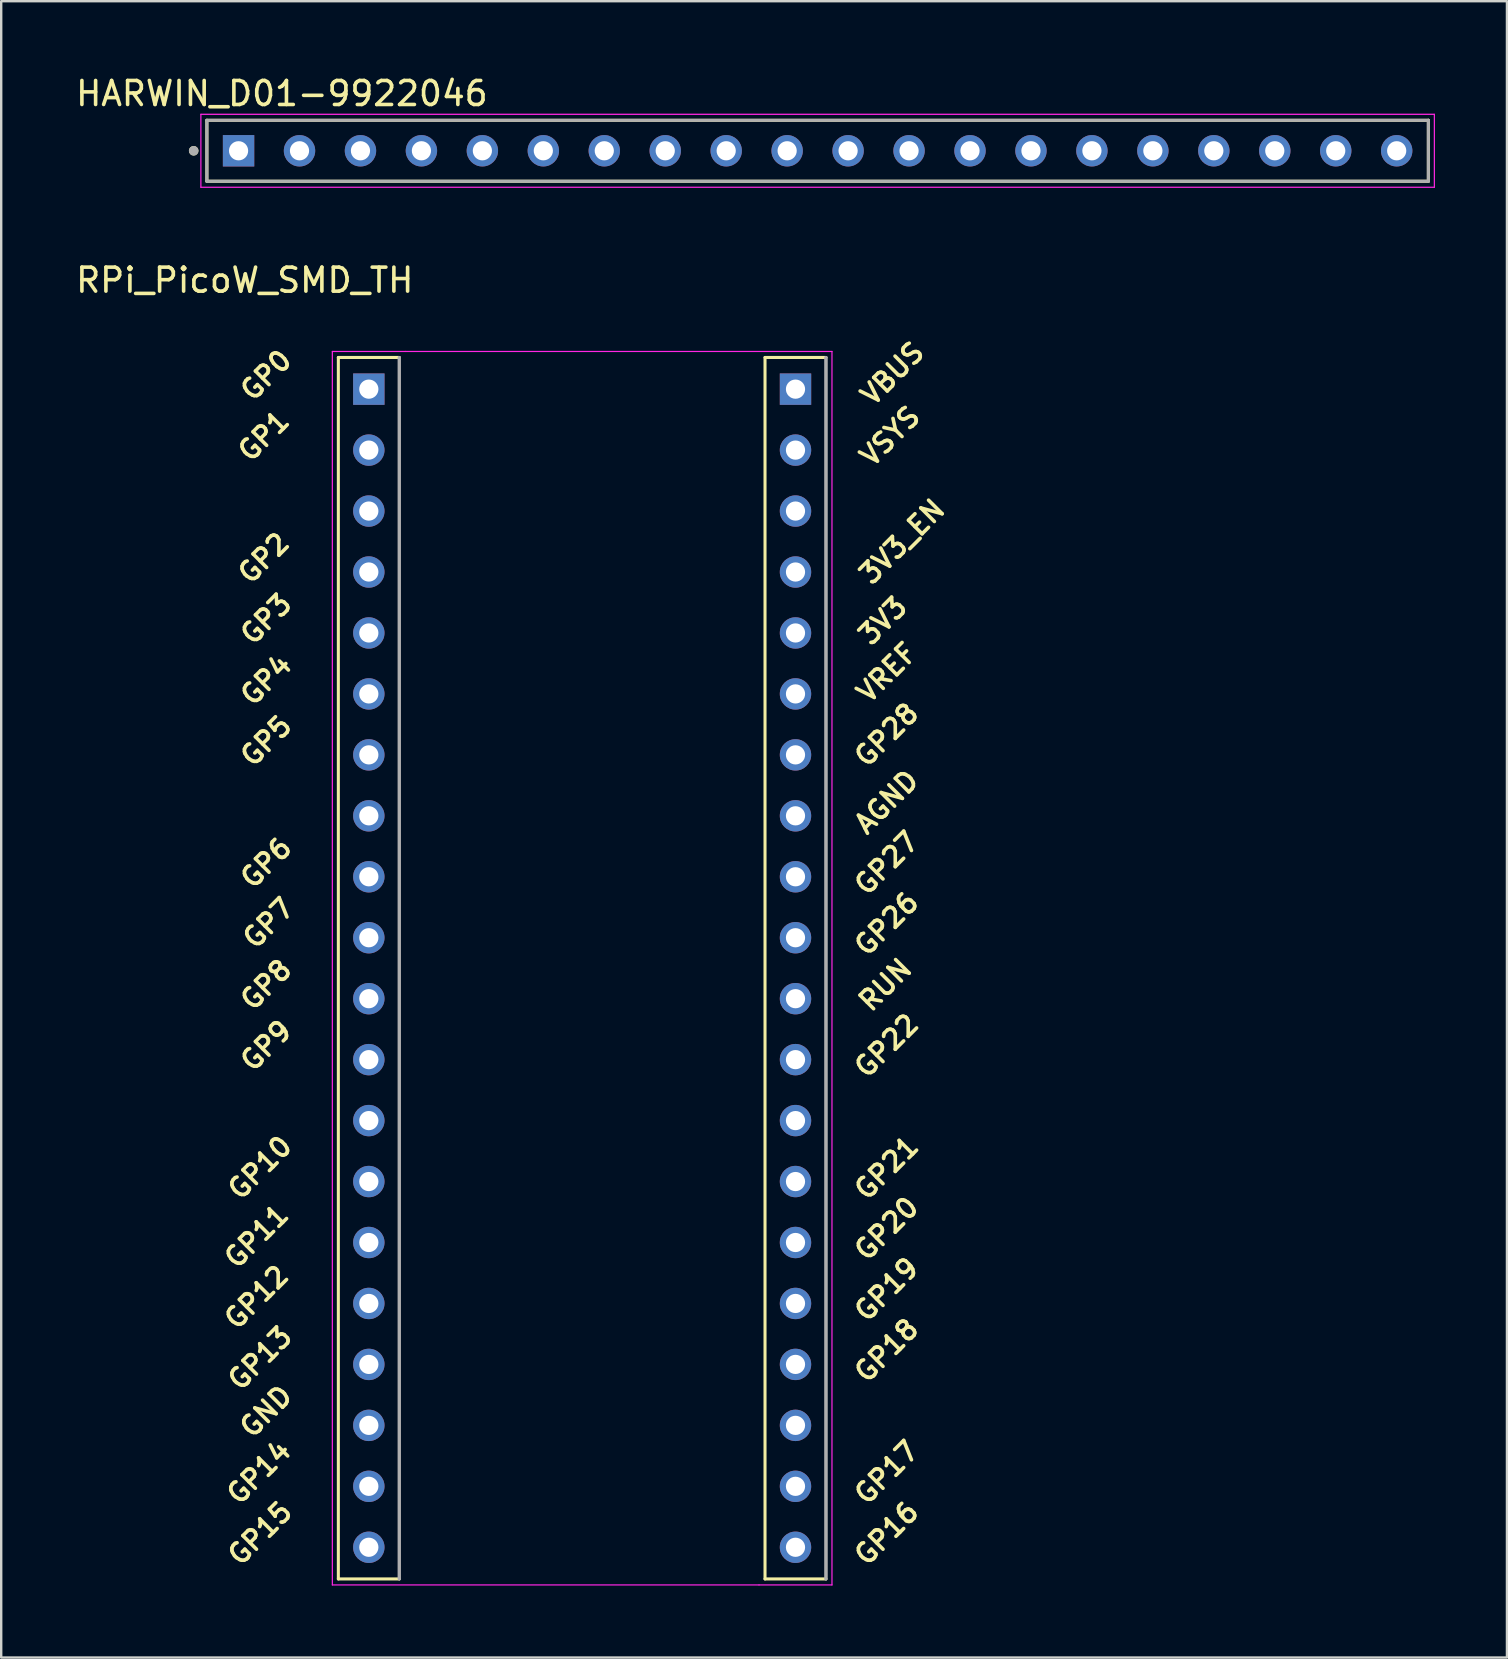
<source format=kicad_pcb>
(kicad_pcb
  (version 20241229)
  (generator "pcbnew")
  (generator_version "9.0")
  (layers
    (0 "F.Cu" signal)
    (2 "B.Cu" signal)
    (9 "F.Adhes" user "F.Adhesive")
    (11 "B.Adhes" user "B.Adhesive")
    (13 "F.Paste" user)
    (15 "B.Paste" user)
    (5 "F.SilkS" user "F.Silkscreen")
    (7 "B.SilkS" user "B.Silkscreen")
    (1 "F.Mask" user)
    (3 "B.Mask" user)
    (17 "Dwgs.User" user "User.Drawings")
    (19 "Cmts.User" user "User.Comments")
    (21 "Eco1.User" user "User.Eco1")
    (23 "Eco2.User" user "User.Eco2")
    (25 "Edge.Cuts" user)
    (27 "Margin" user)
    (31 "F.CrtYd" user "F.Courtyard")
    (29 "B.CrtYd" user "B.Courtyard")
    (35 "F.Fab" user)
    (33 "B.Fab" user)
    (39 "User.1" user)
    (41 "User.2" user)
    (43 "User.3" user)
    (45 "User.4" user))
  (footprint "RPi_PicoW_SMD_TH"
    (layer "F.Cu")
    (at 21.099 34.816)
    (property "Reference" "RPi_PicoW_SMD_TH" (at -13.95 -26.19 0) (layer "F.SilkS") (effects (font (size 1 1) (thickness 0.15))))
    (attr through_hole)
    (fp_line (start -10.05 -22.97) (end -10.05 27.93) (stroke (width 0.127) (type solid)) (layer "F.SilkS"))
    (fp_line (start -10.05 27.93) (end -7.51 27.93) (stroke (width 0.127) (type solid)) (layer "F.SilkS"))
    (fp_line (start -7.51 -22.97) (end -10.05 -22.97) (stroke (width 0.127) (type solid)) (layer "F.SilkS"))
    (fp_line (start 7.73 -22.97) (end 7.73 27.93) (stroke (width 0.127) (type solid)) (layer "F.SilkS"))
    (fp_line (start 7.73 27.93) (end 10.27 27.93) (stroke (width 0.127) (type solid)) (layer "F.SilkS"))
    (fp_line (start 10.27 -22.97) (end 7.73 -22.97) (stroke (width 0.127) (type solid)) (layer "F.SilkS"))
    (fp_line (start -10.3 -23.22) (end -10.3 28.18) (stroke (width 0.05) (type solid)) (layer "F.CrtYd"))
    (fp_line (start -10.3 28.18) (end 7.48 28.18) (stroke (width 0.05) (type solid)) (layer "F.CrtYd"))
    (fp_line (start -7.26 -23.22) (end -10.3 -23.22) (stroke (width 0.05) (type solid)) (layer "F.CrtYd"))
    (fp_line (start 7.48 28.18) (end 10.52 28.18) (stroke (width 0.05) (type solid)) (layer "F.CrtYd"))
    (fp_line (start 10.52 -23.22) (end -7.26 -23.22) (stroke (width 0.05) (type solid)) (layer "F.CrtYd"))
    (fp_line (start 10.52 28.18) (end 10.52 -23.22) (stroke (width 0.05) (type solid)) (layer "F.CrtYd"))
    (fp_line (start -7.51 27.93) (end -7.51 -22.97) (stroke (width 0.127) (type solid)) (layer "F.Fab"))
    (fp_line (start -7.51 27.93) (end -7.51 -22.97) (stroke (width 0.127) (type solid)) (layer "F.Fab"))
    (fp_line (start 10.27 27.93) (end 10.27 -22.97) (stroke (width 0.127) (type solid)) (layer "F.Fab"))
    (fp_line (start 10.27 27.93) (end 10.27 -22.97) (stroke (width 0.127) (type solid)) (layer "F.Fab"))
    (fp_text user "VSYS" (at 12.94 -19.69 45) (layer "F.SilkS") (effects (font (size 0.8 0.8) (thickness 0.15))))
    (fp_text user "GP27" (at 12.794 -1.9 45) (layer "F.SilkS") (effects (font (size 0.8 0.8) (thickness 0.15))))
    (fp_text user "GP14" (at -13.36 23.49 45) (layer "F.SilkS") (effects (font (size 0.8 0.8) (thickness 0.15))))
    (fp_text user "GP1" (at -13.16 -19.7 45) (layer "F.SilkS") (effects (font (size 0.8 0.8) (thickness 0.15))))
    (fp_text user "GP0" (at -13.06 -22.23 45) (layer "F.SilkS") (effects (font (size 0.8 0.8) (thickness 0.15))))
    (fp_text user "GND" (at -13.06 20.95 45) (layer "F.SilkS") (effects (font (size 0.8 0.8) (thickness 0.15))))
    (fp_text user "GP18" (at 12.794 18.41 45) (layer "F.SilkS") (effects (font (size 0.8 0.8) (thickness 0.15))))
    (fp_text user "GP26" (at 12.794 0.63 45) (layer "F.SilkS") (effects (font (size 0.8 0.8) (thickness 0.15))))
    (fp_text user "GP20" (at 12.794 13.33 45) (layer "F.SilkS") (effects (font (size 0.8 0.8) (thickness 0.15))))
    (fp_text user "3V3_EN" (at 13.44 -15.3 45) (layer "F.SilkS") (effects (font (size 0.8 0.8) (thickness 0.15))))
    (fp_text user "VREF" (at 12.807 -9.842 45) (layer "F.SilkS") (effects (font (size 0.8 0.8) (thickness 0.15))))
    (fp_text user "GP6" (at -13.06 -1.91 45) (layer "F.SilkS") (effects (font (size 0.8 0.8) (thickness 0.15))))
    (fp_text user "3V3" (at 12.64 -12 45) (layer "F.SilkS") (effects (font (size 0.8 0.8) (thickness 0.15))))
    (fp_text user "GP13" (at -13.314 18.733 45) (layer "F.SilkS") (effects (font (size 0.8 0.8) (thickness 0.15))))
    (fp_text user "GP19" (at 12.794 15.87 45) (layer "F.SilkS") (effects (font (size 0.8 0.8) (thickness 0.15))))
    (fp_text user "AGND" (at 12.794 -4.45 45) (layer "F.SilkS") (effects (font (size 0.8 0.8) (thickness 0.15))))
    (fp_text user "GP16" (at 12.794 26.03 45) (layer "F.SilkS") (effects (font (size 0.8 0.8) (thickness 0.15))))
    (fp_text user "GP21" (at 12.794 10.8 45) (layer "F.SilkS") (effects (font (size 0.8 0.8) (thickness 0.15))))
    (fp_text user "VBUS" (at 13.04 -22.3 45) (layer "F.SilkS") (effects (font (size 0.8 0.8) (thickness 0.15))))
    (fp_text user "GP3" (at -13.06 -12.07 45) (layer "F.SilkS") (effects (font (size 0.8 0.8) (thickness 0.15))))
    (fp_text user "GP5" (at -13.06 -6.99 45) (layer "F.SilkS") (effects (font (size 0.8 0.8) (thickness 0.15))))
    (fp_text user "GP22" (at 12.794 5.71 45) (layer "F.SilkS") (effects (font (size 0.8 0.8) (thickness 0.15))))
    (fp_text user "GP15" (at -13.314 26.03 45) (layer "F.SilkS") (effects (font (size 0.8 0.8) (thickness 0.15))))
    (fp_text user "GP8" (at -13.06 3.17 45) (layer "F.SilkS") (effects (font (size 0.8 0.8) (thickness 0.15))))
    (fp_text user "GP12" (at -13.46 16.192 45) (layer "F.SilkS") (effects (font (size 0.8 0.8) (thickness 0.15))))
    (fp_text user "GP9" (at -13.06 5.71 45) (layer "F.SilkS") (effects (font (size 0.8 0.8) (thickness 0.15))))
    (fp_text user "GP4" (at -13.06 -9.53 45) (layer "F.SilkS") (effects (font (size 0.8 0.8) (thickness 0.15))))
    (fp_text user "GP28" (at 12.794 -7.244 45) (layer "F.SilkS") (effects (font (size 0.8 0.8) (thickness 0.15))))
    (fp_text user "GP17" (at 12.794 23.49 45) (layer "F.SilkS") (effects (font (size 0.8 0.8) (thickness 0.15))))
    (fp_text user "GP10" (at -13.314 10.79 45) (layer "F.SilkS") (effects (font (size 0.8 0.8) (thickness 0.15))))
    (fp_text user "GP7" (at -12.96 0.6 45) (layer "F.SilkS") (effects (font (size 0.8 0.8) (thickness 0.15))))
    (fp_text user "GP2" (at -13.16 -14.61 45) (layer "F.SilkS") (effects (font (size 0.8 0.8) (thickness 0.15))))
    (fp_text user "RUN" (at 12.74 3.17 45) (layer "F.SilkS") (effects (font (size 0.8 0.8) (thickness 0.15))))
    (fp_text user "GP11" (at -13.46 13.652 45) (layer "F.SilkS") (effects (font (size 0.8 0.8) (thickness 0.15))))
    (pad "1" thru_hole rect (at -8.78 -21.65 90) (size 1.308 1.308) (drill 0.8) (layers "*.Cu" "*.Mask"))
    (pad "2" thru_hole circle (at -8.78 -19.11 90) (size 1.308 1.308) (drill 0.8) (layers "*.Cu" "*.Mask"))
    (pad "3" thru_hole circle (at -8.78 -16.57 90) (size 1.308 1.308) (drill 0.8) (layers "*.Cu" "*.Mask"))
    (pad "4" thru_hole circle (at -8.78 -14.03 90) (size 1.308 1.308) (drill 0.8) (layers "*.Cu" "*.Mask"))
    (pad "5" thru_hole circle (at -8.78 -11.49 90) (size 1.308 1.308) (drill 0.8) (layers "*.Cu" "*.Mask"))
    (pad "6" thru_hole circle (at -8.78 -8.95 90) (size 1.308 1.308) (drill 0.8) (layers "*.Cu" "*.Mask"))
    (pad "7" thru_hole circle (at -8.78 -6.41 90) (size 1.308 1.308) (drill 0.8) (layers "*.Cu" "*.Mask"))
    (pad "8" thru_hole circle (at -8.78 -3.87 90) (size 1.308 1.308) (drill 0.8) (layers "*.Cu" "*.Mask"))
    (pad "9" thru_hole circle (at -8.78 -1.33 90) (size 1.308 1.308) (drill 0.8) (layers "*.Cu" "*.Mask"))
    (pad "10" thru_hole circle (at -8.78 1.21 90) (size 1.308 1.308) (drill 0.8) (layers "*.Cu" "*.Mask"))
    (pad "11" thru_hole circle (at -8.78 3.75 90) (size 1.308 1.308) (drill 0.8) (layers "*.Cu" "*.Mask"))
    (pad "12" thru_hole circle (at -8.78 6.29 90) (size 1.308 1.308) (drill 0.8) (layers "*.Cu" "*.Mask"))
    (pad "13" thru_hole circle (at -8.78 8.83 90) (size 1.308 1.308) (drill 0.8) (layers "*.Cu" "*.Mask"))
    (pad "14" thru_hole circle (at -8.78 11.37 90) (size 1.308 1.308) (drill 0.8) (layers "*.Cu" "*.Mask"))
    (pad "15" thru_hole circle (at -8.78 13.91 90) (size 1.308 1.308) (drill 0.8) (layers "*.Cu" "*.Mask"))
    (pad "16" thru_hole circle (at -8.78 16.45 90) (size 1.308 1.308) (drill 0.8) (layers "*.Cu" "*.Mask"))
    (pad "17" thru_hole circle (at -8.78 18.99 90) (size 1.308 1.308) (drill 0.8) (layers "*.Cu" "*.Mask"))
    (pad "18" thru_hole circle (at -8.78 21.53 90) (size 1.308 1.308) (drill 0.8) (layers "*.Cu" "*.Mask"))
    (pad "19" thru_hole circle (at -8.78 24.07 90) (size 1.308 1.308) (drill 0.8) (layers "*.Cu" "*.Mask"))
    (pad "20" thru_hole circle (at -8.78 26.61 90) (size 1.308 1.308) (drill 0.8) (layers "*.Cu" "*.Mask"))
    (pad "21" thru_hole circle (at 9 26.61 90) (size 1.308 1.308) (drill 0.8) (layers "*.Cu" "*.Mask"))
    (pad "22" thru_hole circle (at 9 24.07 90) (size 1.308 1.308) (drill 0.8) (layers "*.Cu" "*.Mask"))
    (pad "23" thru_hole circle (at 9 21.53 90) (size 1.308 1.308) (drill 0.8) (layers "*.Cu" "*.Mask"))
    (pad "24" thru_hole circle (at 9 18.99 90) (size 1.308 1.308) (drill 0.8) (layers "*.Cu" "*.Mask"))
    (pad "25" thru_hole circle (at 9 16.45 90) (size 1.308 1.308) (drill 0.8) (layers "*.Cu" "*.Mask"))
    (pad "26" thru_hole circle (at 9 13.91 90) (size 1.308 1.308) (drill 0.8) (layers "*.Cu" "*.Mask"))
    (pad "27" thru_hole circle (at 9 11.37 90) (size 1.308 1.308) (drill 0.8) (layers "*.Cu" "*.Mask"))
    (pad "28" thru_hole circle (at 9 8.83 90) (size 1.308 1.308) (drill 0.8) (layers "*.Cu" "*.Mask"))
    (pad "29" thru_hole circle (at 9 6.29 90) (size 1.308 1.308) (drill 0.8) (layers "*.Cu" "*.Mask"))
    (pad "30" thru_hole circle (at 9 3.75 90) (size 1.308 1.308) (drill 0.8) (layers "*.Cu" "*.Mask"))
    (pad "31" thru_hole circle (at 9 1.21 90) (size 1.308 1.308) (drill 0.8) (layers "*.Cu" "*.Mask"))
    (pad "32" thru_hole circle (at 9 -1.33 90) (size 1.308 1.308) (drill 0.8) (layers "*.Cu" "*.Mask"))
    (pad "33" thru_hole circle (at 9 -3.87 90) (size 1.308 1.308) (drill 0.8) (layers "*.Cu" "*.Mask"))
    (pad "34" thru_hole circle (at 9 -6.41 90) (size 1.308 1.308) (drill 0.8) (layers "*.Cu" "*.Mask"))
    (pad "35" thru_hole circle (at 9 -8.95 90) (size 1.308 1.308) (drill 0.8) (layers "*.Cu" "*.Mask"))
    (pad "36" thru_hole circle (at 9 -11.49 90) (size 1.308 1.308) (drill 0.8) (layers "*.Cu" "*.Mask"))
    (pad "37" thru_hole circle (at 9 -14.03 90) (size 1.308 1.308) (drill 0.8) (layers "*.Cu" "*.Mask"))
    (pad "38" thru_hole circle (at 9 -16.57 90) (size 1.308 1.308) (drill 0.8) (layers "*.Cu" "*.Mask"))
    (pad "39" thru_hole circle (at 9 -19.11 90) (size 1.308 1.308) (drill 0.8) (layers "*.Cu" "*.Mask"))
    (pad "40" thru_hole rect (at 9 -21.65 90) (size 1.308 1.308) (drill 0.8) (layers "*.Cu" "*.Mask")))
  (footprint "HARWIN_D01-9922046"
    (layer "F.Cu")
    (at 31.021 3.233)
    (property "Reference" "HARWIN_D01-9922046" (at -22.325 -2.385 0) (layer "F.SilkS") (effects (font (size 1 1) (thickness 0.15))))
    (attr through_hole)
    (fp_line (start -25.45 -1.27) (end 25.45 -1.27) (stroke (width 0.127) (type solid)) (layer "F.SilkS"))
    (fp_line (start -25.45 1.27) (end -25.45 -1.27) (stroke (width 0.127) (type solid)) (layer "F.SilkS"))
    (fp_line (start 25.45 -1.27) (end 25.45 1.27) (stroke (width 0.127) (type solid)) (layer "F.SilkS"))
    (fp_line (start 25.45 1.27) (end -25.45 1.27) (stroke (width 0.127) (type solid)) (layer "F.SilkS"))
    (fp_circle (center -26 0) (end -25.9 0) (stroke (width 0.2) (type solid)) (fill no) (layer "F.SilkS"))
    (fp_line (start -25.7 -1.52) (end 25.7 -1.52) (stroke (width 0.05) (type solid)) (layer "F.CrtYd"))
    (fp_line (start -25.7 1.52) (end -25.7 -1.52) (stroke (width 0.05) (type solid)) (layer "F.CrtYd"))
    (fp_line (start 25.7 -1.52) (end 25.7 1.52) (stroke (width 0.05) (type solid)) (layer "F.CrtYd"))
    (fp_line (start 25.7 1.52) (end -25.7 1.52) (stroke (width 0.05) (type solid)) (layer "F.CrtYd"))
    (fp_line (start -25.45 -1.27) (end 25.45 -1.27) (stroke (width 0.127) (type solid)) (layer "F.Fab"))
    (fp_line (start -25.45 1.27) (end -25.45 -1.27) (stroke (width 0.127) (type solid)) (layer "F.Fab"))
    (fp_line (start 25.45 -1.27) (end 25.45 1.27) (stroke (width 0.127) (type solid)) (layer "F.Fab"))
    (fp_line (start 25.45 1.27) (end -25.45 1.27) (stroke (width 0.127) (type solid)) (layer "F.Fab"))
    (fp_circle (center -26 0) (end -25.9 0) (stroke (width 0.2) (type solid)) (fill no) (layer "F.Fab"))
    (pad "1" thru_hole rect (at -24.13 0) (size 1.308 1.308) (drill 0.8) (layers "*.Cu" "*.Mask"))
    (pad "2" thru_hole circle (at -21.59 0) (size 1.308 1.308) (drill 0.8) (layers "*.Cu" "*.Mask"))
    (pad "3" thru_hole circle (at -19.05 0) (size 1.308 1.308) (drill 0.8) (layers "*.Cu" "*.Mask"))
    (pad "4" thru_hole circle (at -16.51 0) (size 1.308 1.308) (drill 0.8) (layers "*.Cu" "*.Mask"))
    (pad "5" thru_hole circle (at -13.97 0) (size 1.308 1.308) (drill 0.8) (layers "*.Cu" "*.Mask"))
    (pad "6" thru_hole circle (at -11.43 0) (size 1.308 1.308) (drill 0.8) (layers "*.Cu" "*.Mask"))
    (pad "7" thru_hole circle (at -8.89 0) (size 1.308 1.308) (drill 0.8) (layers "*.Cu" "*.Mask"))
    (pad "8" thru_hole circle (at -6.35 0) (size 1.308 1.308) (drill 0.8) (layers "*.Cu" "*.Mask"))
    (pad "9" thru_hole circle (at -3.81 0) (size 1.308 1.308) (drill 0.8) (layers "*.Cu" "*.Mask"))
    (pad "10" thru_hole circle (at -1.27 0) (size 1.308 1.308) (drill 0.8) (layers "*.Cu" "*.Mask"))
    (pad "11" thru_hole circle (at 1.27 0) (size 1.308 1.308) (drill 0.8) (layers "*.Cu" "*.Mask"))
    (pad "12" thru_hole circle (at 3.81 0) (size 1.308 1.308) (drill 0.8) (layers "*.Cu" "*.Mask"))
    (pad "13" thru_hole circle (at 6.35 0) (size 1.308 1.308) (drill 0.8) (layers "*.Cu" "*.Mask"))
    (pad "14" thru_hole circle (at 8.89 0) (size 1.308 1.308) (drill 0.8) (layers "*.Cu" "*.Mask"))
    (pad "15" thru_hole circle (at 11.43 0) (size 1.308 1.308) (drill 0.8) (layers "*.Cu" "*.Mask"))
    (pad "16" thru_hole circle (at 13.97 0) (size 1.308 1.308) (drill 0.8) (layers "*.Cu" "*.Mask"))
    (pad "17" thru_hole circle (at 16.51 0) (size 1.308 1.308) (drill 0.8) (layers "*.Cu" "*.Mask"))
    (pad "18" thru_hole circle (at 19.05 0) (size 1.308 1.308) (drill 0.8) (layers "*.Cu" "*.Mask"))
    (pad "19" thru_hole circle (at 21.59 0) (size 1.308 1.308) (drill 0.8) (layers "*.Cu" "*.Mask"))
    (pad "20" thru_hole circle (at 24.13 0) (size 1.308 1.308) (drill 0.8) (layers "*.Cu" "*.Mask")))
  (gr_rect
    (start -3 -3)
    (end 59.746 66.022)
    (stroke (width 0.1) (type default))
    (fill no)
    (layer "Edge.Cuts")))
</source>
